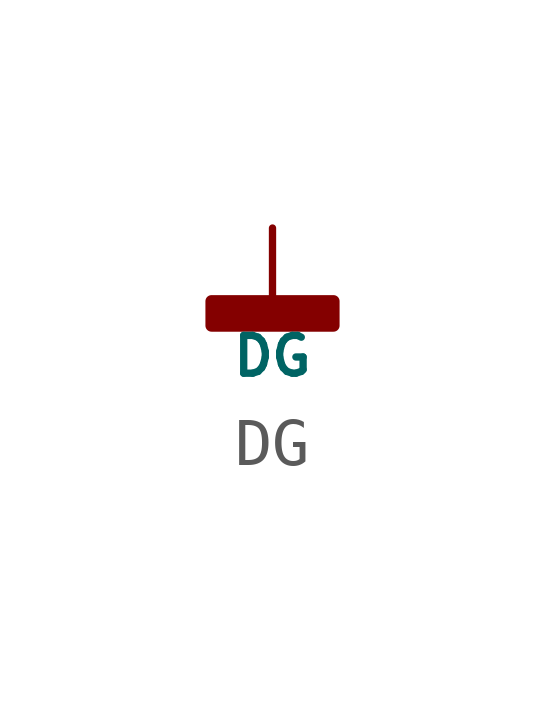
<source format=kicad_sym>
(kicad_symbol_lib
  (version 20220914)
  (generator kicad_symbol_editor)
  (symbol "DG"
    (power)
    (pin_numbers hide)
    (pin_names
      (offset 0) hide)
    (property "Reference" "#PWR"
      (at -0.127 -3.937 0)
      (effects (font (size 0.787 0.787)) hide))
    (property "Value" "DG"
      (at 0 -2.667 0)
      (effects (font (size 0.787 0.787))))
    (symbol "DG_0_1"
      (rectangle (start -1.27 -1.524) (end 1.27 -2.032) (stroke (width 0.254) (type solid)) (fill (type outline)))
      (polyline (pts (xy 0 0) (xy 0 -1.524)) (stroke (width 0) (type solid)) (fill (type none))))
    (symbol "DG_1_1"
      (pin power_in line (at 0 0 270) (length 0) hide (name "GNDD" (effects (font (size 1.27 1.27)))) (number "1" (effects (font (size 1.27 1.27))))))))
</source>
